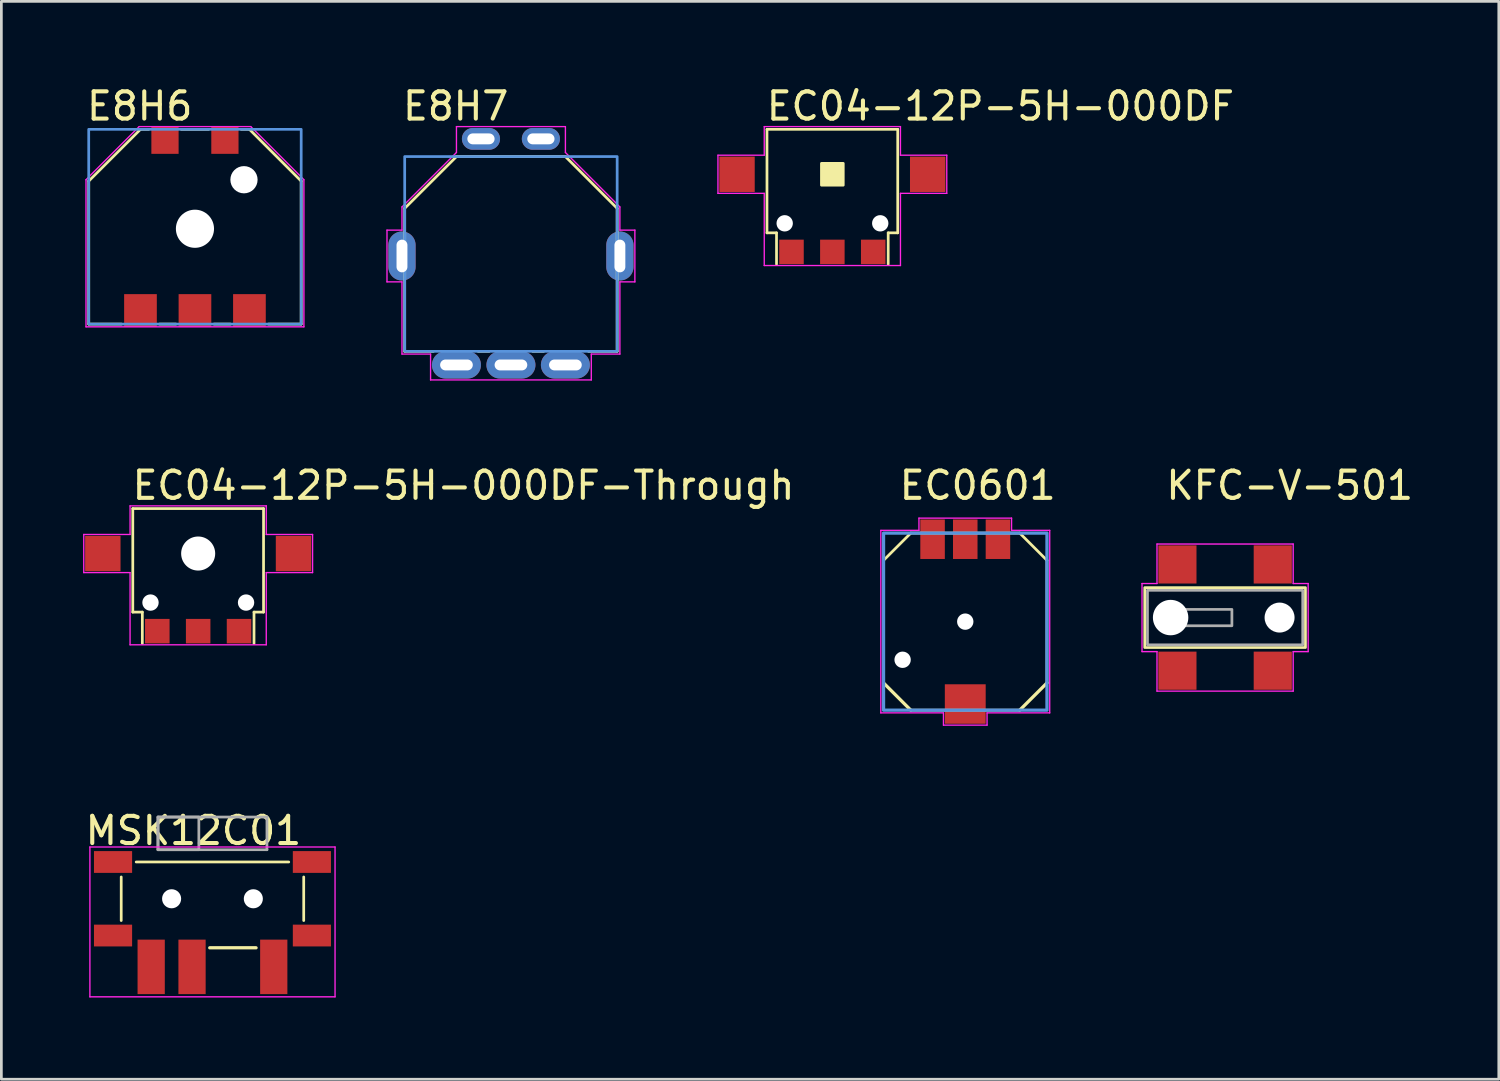
<source format=kicad_pcb>
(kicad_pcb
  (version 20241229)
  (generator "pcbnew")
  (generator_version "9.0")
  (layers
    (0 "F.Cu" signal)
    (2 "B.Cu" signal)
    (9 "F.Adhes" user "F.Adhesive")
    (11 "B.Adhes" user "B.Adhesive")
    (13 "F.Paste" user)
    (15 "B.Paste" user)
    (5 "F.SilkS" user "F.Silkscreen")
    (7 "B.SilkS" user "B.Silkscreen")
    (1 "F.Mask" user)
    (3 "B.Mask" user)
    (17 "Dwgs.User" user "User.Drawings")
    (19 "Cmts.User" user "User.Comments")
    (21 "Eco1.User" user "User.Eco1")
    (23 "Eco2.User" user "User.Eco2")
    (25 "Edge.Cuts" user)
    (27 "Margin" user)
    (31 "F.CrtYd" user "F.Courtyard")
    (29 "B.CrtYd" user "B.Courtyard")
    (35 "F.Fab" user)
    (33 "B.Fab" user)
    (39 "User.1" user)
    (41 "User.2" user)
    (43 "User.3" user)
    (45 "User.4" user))
  (footprint "KFC-V-501"
    (layer "F.Cu")
    (at 41.925 19.622)
    (property "Reference" "KFC-V-501" (at -2.25 -4.85 0) (layer "F.SilkS") (effects (font (size 1 1) (thickness 0.15)) (justify left)))
    (attr smd)
    (fp_rect (start -2.95 -1.1) (end 2.95 1.1) (stroke (width 0.1) (type default)) (fill no) (layer "F.SilkS"))
    (fp_line (start -3.05 -1.25) (end -2.5 -1.25) (stroke (width 0.05) (type default)) (layer "F.CrtYd"))
    (fp_line (start -3.05 1.25) (end -3.05 -1.25) (stroke (width 0.05) (type default)) (layer "F.CrtYd"))
    (fp_line (start -3.05 1.25) (end -2.5 1.25) (stroke (width 0.05) (type default)) (layer "F.CrtYd"))
    (fp_line (start -2.5 -2.7) (end -2.5 -1.25) (stroke (width 0.05) (type default)) (layer "F.CrtYd"))
    (fp_line (start -2.5 1.25) (end -2.5 2.7) (stroke (width 0.05) (type default)) (layer "F.CrtYd"))
    (fp_line (start -2.5 2.7) (end 2.5 2.7) (stroke (width 0.05) (type default)) (layer "F.CrtYd"))
    (fp_line (start 2.5 -2.7) (end -2.5 -2.7) (stroke (width 0.05) (type default)) (layer "F.CrtYd"))
    (fp_line (start 2.5 -1.25) (end 2.5 -2.7) (stroke (width 0.05) (type default)) (layer "F.CrtYd"))
    (fp_line (start 2.5 -1.25) (end 3.05 -1.25) (stroke (width 0.05) (type default)) (layer "F.CrtYd"))
    (fp_line (start 2.5 1.25) (end 2.5 2.7) (stroke (width 0.05) (type default)) (layer "F.CrtYd"))
    (fp_line (start 2.5 1.25) (end 3.05 1.25) (stroke (width 0.05) (type default)) (layer "F.CrtYd"))
    (fp_line (start 3.05 1.25) (end 3.05 -1.25) (stroke (width 0.05) (type default)) (layer "F.CrtYd"))
    (fp_rect (start -2.85 -1) (end 2.85 1) (stroke (width 0.1) (type default)) (fill no) (layer "F.Fab"))
    (fp_rect (start -2.25 -0.3) (end 0.25 0.3) (stroke (width 0.1) (type default)) (fill no) (layer "F.Fab"))
    (pad "" np_thru_hole circle (at -2 0) (size 1.3 1.3) (drill 1.3) (layers "*.Cu" "*.Mask"))
    (pad "" np_thru_hole circle (at 2 0) (size 1.1 1.1) (drill 1.1) (layers "*.Cu" "*.Mask"))
    (pad "1" smd rect (at -1.75 -1.95) (size 1.4 1.4) (layers "F.Cu" "F.Mask" "F.Paste"))
    (pad "1" smd rect (at -1.75 1.95) (size 1.4 1.4) (layers "F.Cu" "F.Mask" "F.Paste"))
    (pad "2" smd rect (at 1.75 -1.95) (size 1.4 1.4) (layers "F.Cu" "F.Mask" "F.Paste"))
    (pad "2" smd rect (at 1.75 1.95) (size 1.4 1.4) (layers "F.Cu" "F.Mask" "F.Paste")))
  (footprint "EC04-12P-5H-000DF-Through"
    (layer "F.Cu")
    (at 4.225 17.271)
    (property "Reference" "EC04-12P-5H-000DF-Through" (at -2.5 -2.5 0) (layer "F.SilkS") (effects (font (size 1 1) (thickness 0.15)) (justify left)))
    (attr smd)
    (fp_line (start -2.4 -1.65) (end -2.4 2.15) (stroke (width 0.1) (type solid)) (layer "F.SilkS"))
    (fp_line (start -2.4 -1.65) (end 2.4 -1.65) (stroke (width 0.1) (type solid)) (layer "F.SilkS"))
    (fp_line (start -2.05 2.15) (end -2.4 2.15) (stroke (width 0.1) (type default)) (layer "F.SilkS"))
    (fp_line (start -2.05 2.15) (end -2.05 3.3) (stroke (width 0.1) (type default)) (layer "F.SilkS"))
    (fp_line (start 2.05 2.15) (end 2.05 3.3) (stroke (width 0.1) (type default)) (layer "F.SilkS"))
    (fp_line (start 2.4 -1.65) (end 2.4 2.15) (stroke (width 0.1) (type solid)) (layer "F.SilkS"))
    (fp_line (start 2.4 2.15) (end 2.05 2.15) (stroke (width 0.1) (type default)) (layer "F.SilkS"))
    (fp_line (start -4.2 -0.7) (end -2.5 -0.7) (stroke (width 0.05) (type default)) (layer "F.CrtYd"))
    (fp_line (start -4.2 0.7) (end -4.2 -0.7) (stroke (width 0.05) (type default)) (layer "F.CrtYd"))
    (fp_line (start -4.2 0.7) (end -2.5 0.7) (stroke (width 0.05) (type default)) (layer "F.CrtYd"))
    (fp_line (start -2.5 -1.75) (end -2.5 -0.7) (stroke (width 0.05) (type default)) (layer "F.CrtYd"))
    (fp_line (start -2.5 0.7) (end -2.5 3.35) (stroke (width 0.05) (type default)) (layer "F.CrtYd"))
    (fp_line (start -2.5 3.35) (end 2.5 3.35) (stroke (width 0.05) (type default)) (layer "F.CrtYd"))
    (fp_line (start 2.5 -1.75) (end -2.5 -1.75) (stroke (width 0.05) (type default)) (layer "F.CrtYd"))
    (fp_line (start 2.5 -0.7) (end 2.5 -1.75) (stroke (width 0.05) (type default)) (layer "F.CrtYd"))
    (fp_line (start 2.5 -0.7) (end 4.2 -0.7) (stroke (width 0.05) (type default)) (layer "F.CrtYd"))
    (fp_line (start 2.5 0.7) (end 2.5 3.35) (stroke (width 0.05) (type default)) (layer "F.CrtYd"))
    (fp_line (start 2.5 0.7) (end 4.2 0.7) (stroke (width 0.05) (type default)) (layer "F.CrtYd"))
    (fp_line (start 4.2 0.7) (end 4.2 -0.7) (stroke (width 0.05) (type default)) (layer "F.CrtYd"))
    (pad "" smd rect (at -3.5 0) (size 1.3 1.3) (layers "F.Cu" "F.Mask" "F.Paste"))
    (pad "" np_thru_hole circle (at -1.75 1.8) (size 0.6 0.6) (drill 0.6) (layers "*.Cu" "*.Mask"))
    (pad "" np_thru_hole circle (at 0 0) (size 1.25 1.25) (drill 1.25) (layers "*.Cu" "*.Mask"))
    (pad "" np_thru_hole circle (at 1.758 1.8) (size 0.6 0.6) (drill 0.6) (layers "*.Cu" "*.Mask"))
    (pad "" smd rect (at 3.5 0) (size 1.3 1.3) (layers "F.Cu" "F.Mask" "F.Paste"))
    (pad "1" smd rect (at -1.5 2.85) (size 0.9 0.9) (layers "F.Cu" "F.Mask" "F.Paste"))
    (pad "2" smd rect (at 0 2.85) (size 0.9 0.9) (layers "F.Cu" "F.Mask" "F.Paste"))
    (pad "3" smd rect (at 1.5 2.85) (size 0.9 0.9) (layers "F.Cu" "F.Mask" "F.Paste")))
  (footprint "EC04-12P-5H-000DF"
    (layer "F.Cu")
    (at 27.507 3.348)
    (property "Reference" "EC04-12P-5H-000DF" (at -2.5 -2.5 0) (layer "F.SilkS") (effects (font (size 1 1) (thickness 0.15)) (justify left)))
    (attr smd)
    (fp_line (start -2.4 -1.65) (end -2.4 2.15) (stroke (width 0.1) (type solid)) (layer "F.SilkS"))
    (fp_line (start -2.4 -1.65) (end 2.4 -1.65) (stroke (width 0.1) (type solid)) (layer "F.SilkS"))
    (fp_line (start -2.05 2.15) (end -2.4 2.15) (stroke (width 0.1) (type default)) (layer "F.SilkS"))
    (fp_line (start -2.05 2.15) (end -2.05 3.3) (stroke (width 0.1) (type default)) (layer "F.SilkS"))
    (fp_line (start 2.05 2.15) (end 2.05 3.3) (stroke (width 0.1) (type default)) (layer "F.SilkS"))
    (fp_line (start 2.4 -1.65) (end 2.4 2.15) (stroke (width 0.1) (type solid)) (layer "F.SilkS"))
    (fp_line (start 2.4 2.15) (end 2.05 2.15) (stroke (width 0.1) (type default)) (layer "F.SilkS"))
    (fp_rect (start -0.4 -0.4) (end 0.4 0.4) (stroke (width 0.1) (type solid)) (fill yes) (layer "F.SilkS"))
    (fp_line (start -4.2 -0.7) (end -2.5 -0.7) (stroke (width 0.05) (type default)) (layer "F.CrtYd"))
    (fp_line (start -4.2 0.7) (end -4.2 -0.7) (stroke (width 0.05) (type default)) (layer "F.CrtYd"))
    (fp_line (start -4.2 0.7) (end -2.5 0.7) (stroke (width 0.05) (type default)) (layer "F.CrtYd"))
    (fp_line (start -2.5 -1.75) (end -2.5 -0.7) (stroke (width 0.05) (type default)) (layer "F.CrtYd"))
    (fp_line (start -2.5 0.7) (end -2.5 3.35) (stroke (width 0.05) (type default)) (layer "F.CrtYd"))
    (fp_line (start -2.5 3.35) (end 2.5 3.35) (stroke (width 0.05) (type default)) (layer "F.CrtYd"))
    (fp_line (start 2.5 -1.75) (end -2.5 -1.75) (stroke (width 0.05) (type default)) (layer "F.CrtYd"))
    (fp_line (start 2.5 -0.7) (end 2.5 -1.75) (stroke (width 0.05) (type default)) (layer "F.CrtYd"))
    (fp_line (start 2.5 -0.7) (end 4.2 -0.7) (stroke (width 0.05) (type default)) (layer "F.CrtYd"))
    (fp_line (start 2.5 0.7) (end 2.5 3.35) (stroke (width 0.05) (type default)) (layer "F.CrtYd"))
    (fp_line (start 2.5 0.7) (end 4.2 0.7) (stroke (width 0.05) (type default)) (layer "F.CrtYd"))
    (fp_line (start 4.2 0.7) (end 4.2 -0.7) (stroke (width 0.05) (type default)) (layer "F.CrtYd"))
    (pad "" smd rect (at -3.5 0) (size 1.3 1.3) (layers "F.Cu" "F.Mask" "F.Paste"))
    (pad "" np_thru_hole circle (at -1.75 1.8) (size 0.6 0.6) (drill 0.6) (layers "*.Cu" "*.Mask"))
    (pad "" np_thru_hole circle (at 1.758 1.8) (size 0.6 0.6) (drill 0.6) (layers "*.Cu" "*.Mask"))
    (pad "" smd rect (at 3.5 0) (size 1.3 1.3) (layers "F.Cu" "F.Mask" "F.Paste"))
    (pad "1" smd rect (at -1.5 2.85) (size 0.9 0.9) (layers "F.Cu" "F.Mask" "F.Paste"))
    (pad "2" smd rect (at 0 2.85) (size 0.9 0.9) (layers "F.Cu" "F.Mask" "F.Paste"))
    (pad "3" smd rect (at 1.5 2.85) (size 0.9 0.9) (layers "F.Cu" "F.Mask" "F.Paste")))
  (footprint "EC0601"
    (layer "F.Cu")
    (at 32.386 19.771)
    (property "Reference" "EC0601" (at -2.5 -5 0) (layer "F.SilkS") (effects (font (size 1 1) (thickness 0.15)) (justify left)))
    (attr smd)
    (fp_line (start -3 2.25) (end -3 -2.25) (stroke (width 0.1) (type solid)) (layer "F.SilkS"))
    (fp_line (start -2 -3.25) (end -3 -2.25) (stroke (width 0.1) (type default)) (layer "F.SilkS"))
    (fp_line (start -2 -3.25) (end 2 -3.25) (stroke (width 0.1) (type default)) (layer "F.SilkS"))
    (fp_line (start -2 3.25) (end -3 2.25) (stroke (width 0.12) (type default)) (layer "F.SilkS"))
    (fp_line (start 2 -3.25) (end 3 -2.25) (stroke (width 0.1) (type default)) (layer "F.SilkS"))
    (fp_line (start 2 3.25) (end -2 3.25) (stroke (width 0.1) (type default)) (layer "F.SilkS"))
    (fp_line (start 3 -2.25) (end 3 2.25) (stroke (width 0.1) (type solid)) (layer "F.SilkS"))
    (fp_line (start 3 2.25) (end 2 3.25) (stroke (width 0.12) (type default)) (layer "F.SilkS"))
    (fp_rect (start -3 -3.25) (end 3 3.25) (stroke (width 0.12) (type default)) (fill no) (layer "Cmts.User"))
    (fp_line (start -3.1 -3.35) (end -3.1 3.35) (stroke (width 0.05) (type default)) (layer "F.CrtYd"))
    (fp_line (start -3.1 3.35) (end -0.8 3.35) (stroke (width 0.05) (type default)) (layer "F.CrtYd"))
    (fp_line (start -1.7 -3.8) (end -1.7 -3.35) (stroke (width 0.05) (type default)) (layer "F.CrtYd"))
    (fp_line (start -1.7 -3.35) (end -3.1 -3.35) (stroke (width 0.05) (type default)) (layer "F.CrtYd"))
    (fp_line (start -0.8 3.35) (end -0.8 3.8) (stroke (width 0.05) (type default)) (layer "F.CrtYd"))
    (fp_line (start -0.8 3.8) (end 0.8 3.8) (stroke (width 0.05) (type default)) (layer "F.CrtYd"))
    (fp_line (start 0.8 3.35) (end 3.1 3.35) (stroke (width 0.05) (type default)) (layer "F.CrtYd"))
    (fp_line (start 0.8 3.8) (end 0.8 3.35) (stroke (width 0.05) (type default)) (layer "F.CrtYd"))
    (fp_line (start 1.7 -3.8) (end -1.7 -3.8) (stroke (width 0.05) (type default)) (layer "F.CrtYd"))
    (fp_line (start 1.7 -3.35) (end 1.7 -3.8) (stroke (width 0.05) (type default)) (layer "F.CrtYd"))
    (fp_line (start 3.1 -3.35) (end 1.7 -3.35) (stroke (width 0.05) (type default)) (layer "F.CrtYd"))
    (fp_line (start 3.1 3.35) (end 3.1 -3.35) (stroke (width 0.05) (type default)) (layer "F.CrtYd"))
    (pad "" np_thru_hole circle (at -2.3 1.4) (size 0.6 0.6) (drill 0.8) (layers "*.Cu" "*.Mask"))
    (pad "" np_thru_hole circle (at 0 0) (size 0.6 0.6) (drill 0.8) (layers "*.Cu" "*.Mask"))
    (pad "A" smd rect (at -1.2 -3.025) (size 0.9 1.45) (layers "F.Cu" "F.Mask" "F.Paste"))
    (pad "B" smd rect (at 1.2 -3.025) (size 0.9 1.45) (layers "F.Cu" "F.Mask" "F.Paste"))
    (pad "C" smd rect (at 0 3.025) (size 1.5 1.45) (layers "F.Cu" "F.Mask" "F.Paste"))
    (pad "E" smd rect (at 0 -3.025) (size 0.9 1.45) (layers "F.Cu" "F.Mask" "F.Paste")))
  (footprint "E8H7"
    (layer "F.Cu")
    (at 15.707 6.348)
    (property "Reference" "E8H7" (at 0 -5.5 0) (layer "F.SilkS") (effects (font (size 1 1) (thickness 0.15)) (justify right)))
    (attr through_hole)
    (fp_line (start -3.9 -1.75) (end -3.9 3.5) (stroke (width 0.1) (type default)) (layer "F.SilkS"))
    (fp_line (start -3.9 3.5) (end -2.85 3.5) (stroke (width 0.1) (type default)) (layer "F.SilkS"))
    (fp_line (start -2 -3.65) (end -3.9 -1.75) (stroke (width 0.1) (type default)) (layer "F.SilkS"))
    (fp_line (start -2 -3.65) (end 2 -3.65) (stroke (width 0.1) (type default)) (layer "F.SilkS"))
    (fp_line (start -1.2 3.5) (end -0.8 3.5) (stroke (width 0.1) (type default)) (layer "F.SilkS"))
    (fp_line (start 0.8 3.5) (end 1.2 3.5) (stroke (width 0.1) (type default)) (layer "F.SilkS"))
    (fp_line (start 2 -3.65) (end 3.9 -1.75) (stroke (width 0.1) (type default)) (layer "F.SilkS"))
    (fp_line (start 3.9 -1.75) (end 3.9 3.5) (stroke (width 0.1) (type default)) (layer "F.SilkS"))
    (fp_line (start 3.9 3.5) (end 2.85 3.5) (stroke (width 0.1) (type default)) (layer "F.SilkS"))
    (fp_rect (start -3.9 -3.65) (end 3.9 3.5) (stroke (width 0.1) (type default)) (fill no) (layer "Cmts.User"))
    (fp_line (start -4.55 -0.95) (end -4 -0.95) (stroke (width 0.05) (type default)) (layer "F.CrtYd"))
    (fp_line (start -4.55 0.95) (end -4.55 -0.95) (stroke (width 0.05) (type default)) (layer "F.CrtYd"))
    (fp_line (start -4 -1.8) (end -2 -3.8) (stroke (width 0.05) (type default)) (layer "F.CrtYd"))
    (fp_line (start -4 -0.95) (end -4 -1.8) (stroke (width 0.05) (type default)) (layer "F.CrtYd"))
    (fp_line (start -4 0.95) (end -4.55 0.95) (stroke (width 0.05) (type default)) (layer "F.CrtYd"))
    (fp_line (start -4 0.95) (end -4 3.6) (stroke (width 0.05) (type default)) (layer "F.CrtYd"))
    (fp_line (start -4 3.6) (end -2.95 3.6) (stroke (width 0.05) (type default)) (layer "F.CrtYd"))
    (fp_line (start -2.95 3.6) (end -2.95 4.55) (stroke (width 0.05) (type default)) (layer "F.CrtYd"))
    (fp_line (start -2.95 4.55) (end 2.95 4.55) (stroke (width 0.05) (type default)) (layer "F.CrtYd"))
    (fp_line (start -2 -4.75) (end 2 -4.75) (stroke (width 0.05) (type default)) (layer "F.CrtYd"))
    (fp_line (start -2 -3.8) (end -2 -4.75) (stroke (width 0.05) (type default)) (layer "F.CrtYd"))
    (fp_line (start 2 -4.75) (end 2 -3.8) (stroke (width 0.05) (type default)) (layer "F.CrtYd"))
    (fp_line (start 2 -3.8) (end 4 -1.8) (stroke (width 0.05) (type default)) (layer "F.CrtYd"))
    (fp_line (start 2.95 3.6) (end 4 3.6) (stroke (width 0.05) (type default)) (layer "F.CrtYd"))
    (fp_line (start 2.95 4.55) (end 2.95 3.6) (stroke (width 0.05) (type default)) (layer "F.CrtYd"))
    (fp_line (start 4 -1.8) (end 4 -0.95) (stroke (width 0.05) (type default)) (layer "F.CrtYd"))
    (fp_line (start 4 -0.95) (end 4.55 -0.95) (stroke (width 0.05) (type default)) (layer "F.CrtYd"))
    (fp_line (start 4 3.6) (end 4 0.95) (stroke (width 0.05) (type default)) (layer "F.CrtYd"))
    (fp_line (start 4.55 -0.95) (end 4.55 0.95) (stroke (width 0.05) (type default)) (layer "F.CrtYd"))
    (fp_line (start 4.55 0.95) (end 4 0.95) (stroke (width 0.05) (type default)) (layer "F.CrtYd"))
    (pad "A" thru_hole oval (at -2 4) (size 1.8 1) (drill oval 1.2 0.4) (layers "*.Cu" "*.Mask"))
    (pad "B" thru_hole oval (at 2 4) (size 1.8 1) (drill oval 1.2 0.4) (layers "*.Cu" "*.Mask"))
    (pad "C" thru_hole oval (at 0 4) (size 1.8 1) (drill oval 1.2 0.4) (layers "*.Cu" "*.Mask"))
    (pad "MP" thru_hole oval (at -4 0) (size 1 1.8) (drill oval 0.4 1.2) (layers "*.Cu" "*.Mask"))
    (pad "MP" thru_hole oval (at 4 0) (size 1 1.8) (drill oval 0.4 1.2) (layers "*.Cu" "*.Mask"))
    (pad "S1" thru_hole oval (at -1.1 -4.3) (size 1.4 0.8) (drill oval 1 0.4) (layers "*.Cu" "*.Mask"))
    (pad "S2" thru_hole oval (at 1.1 -4.3) (size 1.4 0.8) (drill oval 1 0.4) (layers "*.Cu" "*.Mask")))
  (footprint "MSK12C01"
    (layer "F.Cu")
    (at 4.75 29.945)
    (property "Reference" "MSK12C01" (at -4.75 -2.5 0) (layer "F.SilkS") (effects (font (size 1 1) (thickness 0.15)) (justify left)))
    (attr smd)
    (fp_line (start -3.35 -0.8) (end -3.35 0.8) (stroke (width 0.1) (type solid)) (layer "F.SilkS"))
    (fp_line (start -2.8 -1.35) (end 2.8 -1.35) (stroke (width 0.1) (type solid)) (layer "F.SilkS"))
    (fp_line (start -0.1 1.8) (end 1.6 1.8) (stroke (width 0.12) (type default)) (layer "F.SilkS"))
    (fp_line (start 3.35 -0.8) (end 3.35 0.8) (stroke (width 0.1) (type solid)) (layer "F.SilkS"))
    (fp_line (start -4.5 -1.9) (end -4.5 3.6) (stroke (width 0.05) (type default)) (layer "F.CrtYd"))
    (fp_line (start -4.5 3.6) (end 4.5 3.6) (stroke (width 0.05) (type default)) (layer "F.CrtYd"))
    (fp_line (start 4.5 -1.9) (end -4.5 -1.9) (stroke (width 0.05) (type default)) (layer "F.CrtYd"))
    (fp_line (start 4.5 3.6) (end 4.5 -1.9) (stroke (width 0.05) (type default)) (layer "F.CrtYd"))
    (fp_line (start -2 -3) (end -2 -1.8) (stroke (width 0.1) (type default)) (layer "F.Fab"))
    (fp_line (start -2 -3) (end 2 -3) (stroke (width 0.1) (type default)) (layer "F.Fab"))
    (fp_line (start -2 -1.8) (end 2 -1.8) (stroke (width 0.1) (type default)) (layer "F.Fab"))
    (fp_line (start 2 -1.8) (end 2 -3) (stroke (width 0.1) (type default)) (layer "F.Fab"))
    (fp_rect (start -2 -3) (end -0.5 -1.8) (stroke (width 0.1) (type solid)) (fill no) (layer "F.Fab"))
    (pad "" smd rect (at -3.65 -1.35) (size 1.4 0.8) (layers "F.Cu" "F.Mask" "F.Paste"))
    (pad "" smd rect (at -3.65 1.35) (size 1.4 0.8) (layers "F.Cu" "F.Mask" "F.Paste"))
    (pad "" np_thru_hole circle (at -1.5 0) (size 0.7 0.7) (drill 1) (layers "*.Cu" "*.Mask"))
    (pad "" np_thru_hole circle (at 1.5 0) (size 0.7 0.7) (drill 1) (layers "*.Cu" "*.Mask"))
    (pad "" smd rect (at 3.65 -1.35) (size 1.4 0.8) (layers "F.Cu" "F.Mask" "F.Paste"))
    (pad "" smd rect (at 3.65 1.35) (size 1.4 0.8) (layers "F.Cu" "F.Mask" "F.Paste"))
    (pad "1" smd rect (at -2.25 2.5) (size 1 2) (layers "F.Cu" "F.Mask" "F.Paste"))
    (pad "2" smd rect (at -0.75 2.5) (size 1 2) (layers "F.Cu" "F.Mask" "F.Paste"))
    (pad "3" smd rect (at 2.25 2.5) (size 1 2) (layers "F.Cu" "F.Mask" "F.Paste")))
  (footprint "E8H6"
    (layer "F.Cu")
    (at 4.107 5.348)
    (property "Reference" "E8H6" (at 0 -4.5 0) (layer "F.SilkS") (effects (font (size 1 1) (thickness 0.15)) (justify right)))
    (attr smd)
    (fp_line (start -3.9 -1.75) (end -3.9 3.5) (stroke (width 0.1) (type default)) (layer "F.SilkS"))
    (fp_line (start -3.9 3.5) (end -2.7 3.5) (stroke (width 0.1) (type default)) (layer "F.SilkS"))
    (fp_line (start -2 -3.65) (end -3.9 -1.75) (stroke (width 0.1) (type default)) (layer "F.SilkS"))
    (fp_line (start -2 -3.65) (end -1.7 -3.65) (stroke (width 0.1) (type default)) (layer "F.SilkS"))
    (fp_line (start -0.7 3.5) (end -1.3 3.5) (stroke (width 0.1) (type default)) (layer "F.SilkS"))
    (fp_line (start -0.5 -3.65) (end 0.5 -3.65) (stroke (width 0.1) (type default)) (layer "F.SilkS"))
    (fp_line (start 1.3 3.5) (end 0.7 3.5) (stroke (width 0.1) (type default)) (layer "F.SilkS"))
    (fp_line (start 1.7 -3.65) (end 2 -3.65) (stroke (width 0.1) (type default)) (layer "F.SilkS"))
    (fp_line (start 2 -3.65) (end 3.9 -1.75) (stroke (width 0.1) (type default)) (layer "F.SilkS"))
    (fp_line (start 3.9 -1.75) (end 3.9 3.5) (stroke (width 0.1) (type default)) (layer "F.SilkS"))
    (fp_line (start 3.9 3.5) (end 2.7 3.5) (stroke (width 0.1) (type default)) (layer "F.SilkS"))
    (fp_rect (start -3.9 -3.65) (end 3.9 3.5) (stroke (width 0.1) (type default)) (fill no) (layer "Cmts.User"))
    (fp_line (start -4 -1.8) (end -4 3.6) (stroke (width 0.05) (type default)) (layer "F.CrtYd"))
    (fp_line (start -4 3.6) (end 4 3.6) (stroke (width 0.05) (type default)) (layer "F.CrtYd"))
    (fp_line (start -2.05 -3.75) (end -4 -1.8) (stroke (width 0.05) (type default)) (layer "F.CrtYd"))
    (fp_line (start 2.05 -3.75) (end -2.05 -3.75) (stroke (width 0.05) (type default)) (layer "F.CrtYd"))
    (fp_line (start 4 -1.8) (end 2.05 -3.75) (stroke (width 0.05) (type default)) (layer "F.CrtYd"))
    (fp_line (start 4 3.6) (end 4 -1.8) (stroke (width 0.05) (type default)) (layer "F.CrtYd"))
    (pad "" np_thru_hole circle (at 0 0) (size 1.4 1.4) (drill 1.4) (layers "*.Cu" "*.Mask"))
    (pad "" np_thru_hole circle (at 1.8 -1.8) (size 1 1) (drill 1) (layers "*.Cu" "*.Mask"))
    (pad "A" smd rect (at -2 3) (size 1.2 1.2) (layers "F.Cu" "F.Mask" "F.Paste"))
    (pad "B" smd rect (at 2 3) (size 1.2 1.2) (layers "F.Cu" "F.Mask" "F.Paste"))
    (pad "C" smd rect (at 0 3) (size 1.2 1.2) (layers "F.Cu" "F.Mask" "F.Paste"))
    (pad "S1" smd rect (at -1.1 -3.25) (size 1 1) (layers "F.Cu" "F.Mask" "F.Paste"))
    (pad "S2" smd rect (at 1.1 -3.25) (size 1 1) (layers "F.Cu" "F.Mask" "F.Paste")))
  (gr_rect
    (start -3 -3)
    (end 51.973 36.57)
    (stroke (width 0.1) (type default))
    (fill no)
    (layer "Edge.Cuts")))
</source>
